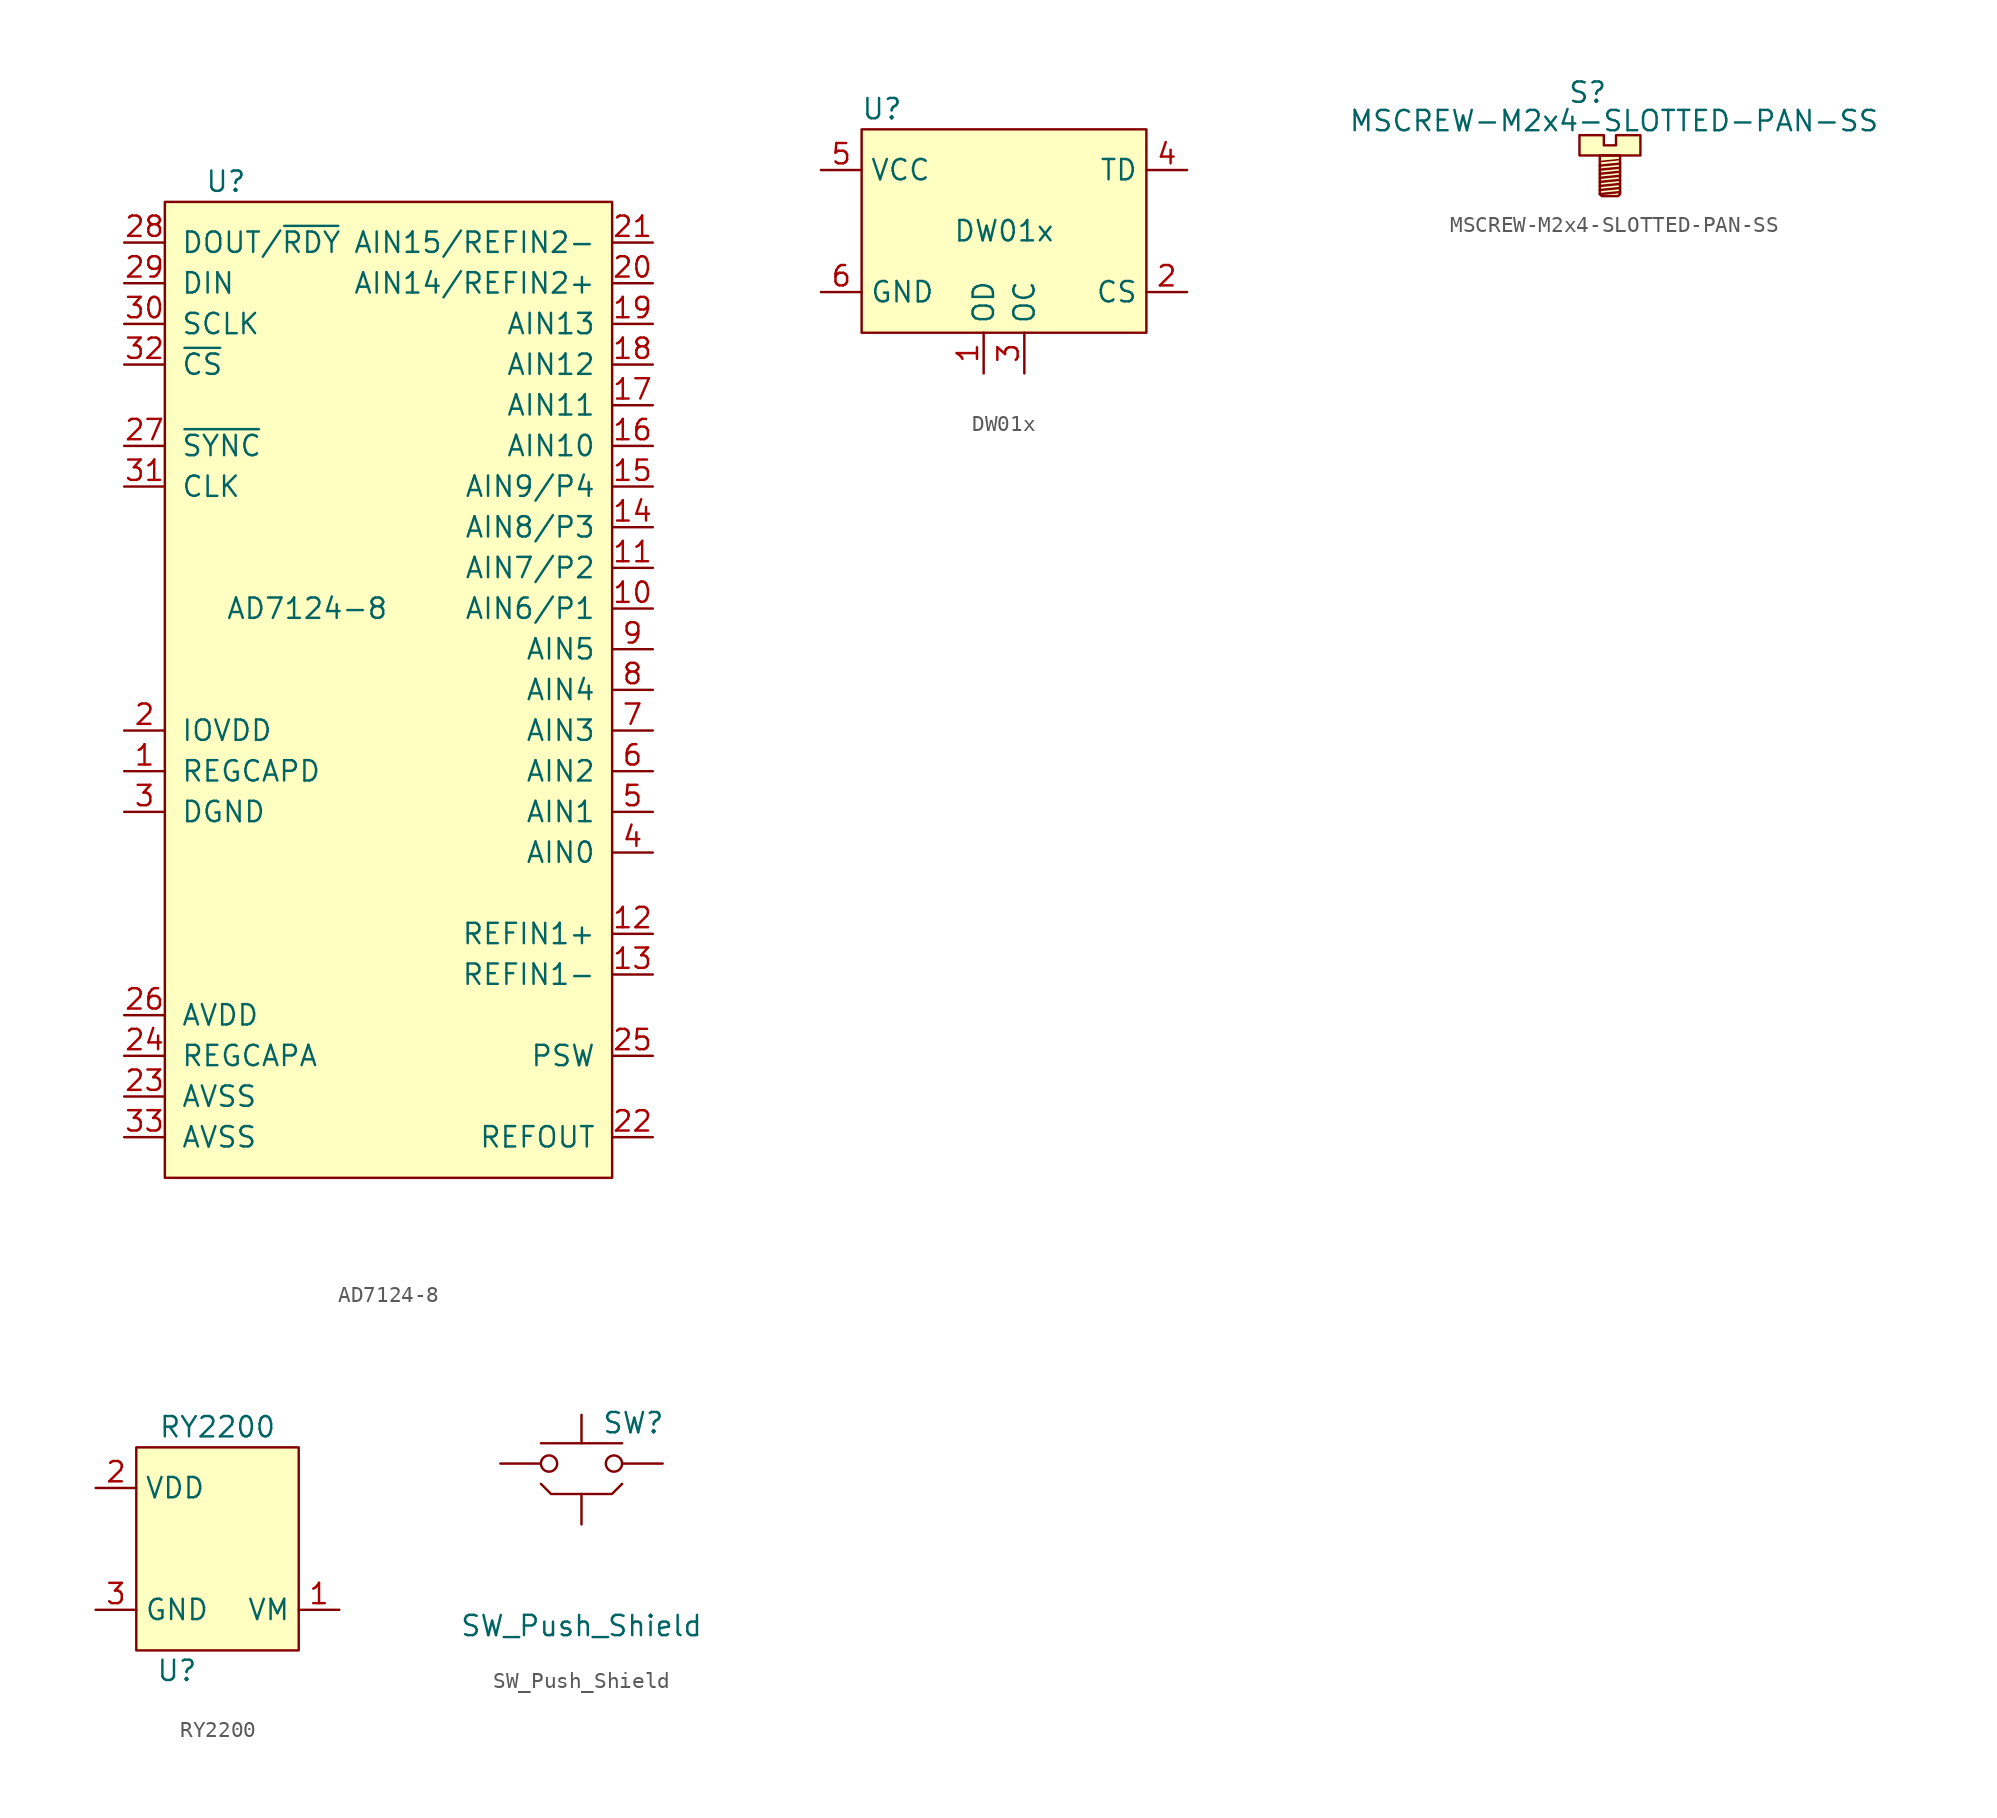
<source format=kicad_sym>
(kicad_symbol_lib
  (version 20211014)
  (generator kicad_symbol_editor)
  (symbol "AD7124-8"
    (pin_names
      (offset 1))
    (property "Reference" "U"
      (at 1.27 1.27 0)
      (effects (font (size 1.27 1.27))))
    (property "Value" "AD7124-8"
      (at 6.35 -25.4 0)
      (effects (font (size 1.27 1.27))))
    (symbol "AD7124-8_0_0"
      (pin bidirectional line (at 27.94 -25.4 180) (length 2.54) (name "AIN6/P1" (effects (font (size 1.27 1.27)))) (number "10" (effects (font (size 1.27 1.27)))))
      (pin bidirectional line (at 27.94 -22.86 180) (length 2.54) (name "AIN7/P2" (effects (font (size 1.27 1.27)))) (number "11" (effects (font (size 1.27 1.27)))))
      (pin input line (at 27.94 -45.72 180) (length 2.54) (name "REFIN1+" (effects (font (size 1.27 1.27)))) (number "12" (effects (font (size 1.27 1.27)))))
      (pin input line (at 27.94 -48.26 180) (length 2.54) (name "REFIN1-" (effects (font (size 1.27 1.27)))) (number "13" (effects (font (size 1.27 1.27)))))
      (pin bidirectional line (at 27.94 -20.32 180) (length 2.54) (name "AIN8/P3" (effects (font (size 1.27 1.27)))) (number "14" (effects (font (size 1.27 1.27)))))
      (pin bidirectional line (at 27.94 -17.78 180) (length 2.54) (name "AIN9/P4" (effects (font (size 1.27 1.27)))) (number "15" (effects (font (size 1.27 1.27)))))
      (pin bidirectional line (at 27.94 -15.24 180) (length 2.54) (name "AIN10" (effects (font (size 1.27 1.27)))) (number "16" (effects (font (size 1.27 1.27)))))
      (pin bidirectional line (at 27.94 -12.7 180) (length 2.54) (name "AIN11" (effects (font (size 1.27 1.27)))) (number "17" (effects (font (size 1.27 1.27)))))
      (pin bidirectional line (at 27.94 -10.16 180) (length 2.54) (name "AIN12" (effects (font (size 1.27 1.27)))) (number "18" (effects (font (size 1.27 1.27)))))
      (pin bidirectional line (at 27.94 -7.62 180) (length 2.54) (name "AIN13" (effects (font (size 1.27 1.27)))) (number "19" (effects (font (size 1.27 1.27)))))
      (pin power_in line (at -5.08 -33.02 0) (length 2.54) (name "IOVDD" (effects (font (size 1.27 1.27)))) (number "2" (effects (font (size 1.27 1.27)))))
      (pin bidirectional line (at 27.94 -5.08 180) (length 2.54) (name "AIN14/REFIN2+" (effects (font (size 1.27 1.27)))) (number "20" (effects (font (size 1.27 1.27)))))
      (pin bidirectional line (at 27.94 -2.54 180) (length 2.54) (name "AIN15/REFIN2-" (effects (font (size 1.27 1.27)))) (number "21" (effects (font (size 1.27 1.27)))))
      (pin output line (at 27.94 -58.42 180) (length 2.54) (name "REFOUT" (effects (font (size 1.27 1.27)))) (number "22" (effects (font (size 1.27 1.27)))))
      (pin power_in line (at -5.08 -55.88 0) (length 2.54) (name "AVSS" (effects (font (size 1.27 1.27)))) (number "23" (effects (font (size 1.27 1.27)))))
      (pin passive line (at -5.08 -53.34 0) (length 2.54) (name "REGCAPA" (effects (font (size 1.27 1.27)))) (number "24" (effects (font (size 1.27 1.27)))))
      (pin open_collector line (at 27.94 -53.34 180) (length 2.54) (name "PSW" (effects (font (size 1.27 1.27)))) (number "25" (effects (font (size 1.27 1.27)))))
      (pin power_in line (at -5.08 -50.8 0) (length 2.54) (name "AVDD" (effects (font (size 1.27 1.27)))) (number "26" (effects (font (size 1.27 1.27)))))
      (pin input line (at -5.08 -15.24 0) (length 2.54) (name "~{SYNC}" (effects (font (size 1.27 1.27)))) (number "27" (effects (font (size 1.27 1.27)))))
      (pin output line (at -5.08 -2.54 0) (length 2.54) (name "DOUT/~{RDY}" (effects (font (size 1.27 1.27)))) (number "28" (effects (font (size 1.27 1.27)))))
      (pin input line (at -5.08 -5.08 0) (length 2.54) (name "DIN" (effects (font (size 1.27 1.27)))) (number "29" (effects (font (size 1.27 1.27)))))
      (pin power_in line (at -5.08 -38.1 0) (length 2.54) (name "DGND" (effects (font (size 1.27 1.27)))) (number "3" (effects (font (size 1.27 1.27)))))
      (pin input line (at -5.08 -7.62 0) (length 2.54) (name "SCLK" (effects (font (size 1.27 1.27)))) (number "30" (effects (font (size 1.27 1.27)))))
      (pin bidirectional line (at -5.08 -17.78 0) (length 2.54) (name "CLK" (effects (font (size 1.27 1.27)))) (number "31" (effects (font (size 1.27 1.27)))))
      (pin input line (at -5.08 -10.16 0) (length 2.54) (name "~{CS}" (effects (font (size 1.27 1.27)))) (number "32" (effects (font (size 1.27 1.27)))))
      (pin power_in line (at -5.08 -58.42 0) (length 2.54) (name "AVSS" (effects (font (size 1.27 1.27)))) (number "33" (effects (font (size 1.27 1.27)))))
      (pin bidirectional line (at 27.94 -40.64 180) (length 2.54) (name "AIN0" (effects (font (size 1.27 1.27)))) (number "4" (effects (font (size 1.27 1.27)))))
      (pin bidirectional line (at 27.94 -38.1 180) (length 2.54) (name "AIN1" (effects (font (size 1.27 1.27)))) (number "5" (effects (font (size 1.27 1.27)))))
      (pin bidirectional line (at 27.94 -35.56 180) (length 2.54) (name "AIN2" (effects (font (size 1.27 1.27)))) (number "6" (effects (font (size 1.27 1.27)))))
      (pin bidirectional line (at 27.94 -33.02 180) (length 2.54) (name "AIN3" (effects (font (size 1.27 1.27)))) (number "7" (effects (font (size 1.27 1.27)))))
      (pin bidirectional line (at 27.94 -30.48 180) (length 2.54) (name "AIN4" (effects (font (size 1.27 1.27)))) (number "8" (effects (font (size 1.27 1.27)))))
      (pin bidirectional line (at 27.94 -27.94 180) (length 2.54) (name "AIN5" (effects (font (size 1.27 1.27)))) (number "9" (effects (font (size 1.27 1.27))))))
    (symbol "AD7124-8_0_1"
      (rectangle (start -2.54 0) (end 25.4 -60.96) (stroke (width 0) (type default) (color 0 0 0 0)) (fill (type background))))
    (symbol "AD7124-8_1_1"
      (pin passive line (at -5.08 -35.56 0) (length 2.54) (name "REGCAPD" (effects (font (size 1.27 1.27)))) (number "1" (effects (font (size 1.27 1.27)))))))
  (symbol "DW01x"
    (property "Reference" "U"
      (at 1.27 1.27 0)
      (effects (font (size 1.27 1.27))))
    (property "Value" "DW01x"
      (at 8.89 -6.35 0)
      (effects (font (size 1.27 1.27))))
    (symbol "DW01x_0_0"
      (pin output line (at 7.62 -15.24 90) (length 2.54) (name "OD" (effects (font (size 1.27 1.27)))) (number "1" (effects (font (size 1.27 1.27)))))
      (pin input line (at 20.32 -10.16 180) (length 2.54) (name "CS" (effects (font (size 1.27 1.27)))) (number "2" (effects (font (size 1.27 1.27)))))
      (pin output line (at 10.16 -15.24 90) (length 2.54) (name "OC" (effects (font (size 1.27 1.27)))) (number "3" (effects (font (size 1.27 1.27)))))
      (pin input line (at 20.32 -2.54 180) (length 2.54) (name "TD" (effects (font (size 1.27 1.27)))) (number "4" (effects (font (size 1.27 1.27)))))
      (pin power_in line (at -2.54 -2.54 0) (length 2.54) (name "VCC" (effects (font (size 1.27 1.27)))) (number "5" (effects (font (size 1.27 1.27)))))
      (pin power_in line (at -2.54 -10.16 0) (length 2.54) (name "GND" (effects (font (size 1.27 1.27)))) (number "6" (effects (font (size 1.27 1.27))))))
    (symbol "DW01x_0_1"
      (rectangle (start 0 0) (end 17.78 -12.7) (stroke (width 0) (type default) (color 0 0 0 0)) (fill (type background)))))
  (symbol "MSCREW-M2x4-SLOTTED-PAN-SS"
    (property "Reference" "S"
      (at -1.397 3.937 0)
      (effects (font (size 1.27 1.27))))
    (property "Value" "MSCREW-M2x4-SLOTTED-PAN-SS"
      (at 0.254 2.159 0)
      (effects (font (size 1.27 1.27))))
    (symbol "MSCREW-M2x4-SLOTTED-PAN-SS_0_1"
      (polyline (pts (xy 0.635 -2.286) (xy -0.635 -2.413)) (stroke (width 0.152) (type default) (color 0 0 0 0)) (fill (type none)))
      (polyline (pts (xy 0.635 -2.032) (xy -0.635 -2.159)) (stroke (width 0.152) (type default) (color 0 0 0 0)) (fill (type none)))
      (polyline (pts (xy 0.635 -1.778) (xy -0.635 -1.905)) (stroke (width 0.152) (type default) (color 0 0 0 0)) (fill (type none)))
      (polyline (pts (xy 0.635 -1.524) (xy -0.635 -1.651)) (stroke (width 0.152) (type default) (color 0 0 0 0)) (fill (type none)))
      (polyline (pts (xy 0.635 -1.27) (xy -0.635 -1.397)) (stroke (width 0.152) (type default) (color 0 0 0 0)) (fill (type none)))
      (polyline (pts (xy 0.635 -1.016) (xy -0.635 -1.143)) (stroke (width 0.152) (type default) (color 0 0 0 0)) (fill (type none)))
      (polyline (pts (xy 0.635 -0.762) (xy -0.635 -0.889)) (stroke (width 0.152) (type default) (color 0 0 0 0)) (fill (type none)))
      (polyline (pts (xy 0.635 -0.508) (xy -0.635 -0.635)) (stroke (width 0.152) (type default) (color 0 0 0 0)) (fill (type none)))
      (polyline (pts (xy 0.635 -0.254) (xy -0.635 -0.381)) (stroke (width 0.1) (type default) (color 0 0 0 0)) (fill (type none)))
      (polyline (pts (xy 0.635 0) (xy 0.635 -2.413) (xy 0.508 -2.54) (xy -0.508 -2.54) (xy -0.635 -2.413) (xy -0.635 0) (xy 0.635 0)) (stroke (width 0.152) (type default) (color 0 0 0 0)) (fill (type background)))
      (polyline (pts (xy 1.27 0) (xy -1.905 0) (xy -1.905 1.27) (xy -0.381 1.27) (xy -0.381 0.635) (xy 0.381 0.635) (xy 0.381 1.27) (xy 1.905 1.27) (xy 1.905 0) (xy 1.27 0)) (stroke (width 0.152) (type default) (color 0 0 0 0)) (fill (type background)))))
  (symbol "RY2200"
    (property "Reference" "U"
      (at 2.54 -13.97 0)
      (effects (font (size 1.27 1.27))))
    (property "Value" "RY2200"
      (at 5.08 1.27 0)
      (effects (font (size 1.27 1.27))))
    (symbol "RY2200_0_0"
      (pin power_in line (at 12.7 -10.16 180) (length 2.54) (name "VM" (effects (font (size 1.27 1.27)))) (number "1" (effects (font (size 1.27 1.27)))))
      (pin input line (at -2.54 -2.54 0) (length 2.54) (name "VDD" (effects (font (size 1.27 1.27)))) (number "2" (effects (font (size 1.27 1.27)))))
      (pin power_in line (at -2.54 -10.16 0) (length 2.54) (name "GND" (effects (font (size 1.27 1.27)))) (number "3" (effects (font (size 1.27 1.27))))))
    (symbol "RY2200_0_1"
      (rectangle (start 0 0) (end 10.16 -12.7) (stroke (width 0.152) (type default) (color 0 0 0 0)) (fill (type background)))))
  (symbol "SW_Push_Shield"
    (pin_numbers hide)
    (pin_names
      (offset 1.016) hide)
    (property "Reference" "SW"
      (at 1.27 2.54 0)
      (effects (font (size 1.27 1.27)) (justify left)))
    (property "Value" "SW_Push_Shield"
      (at 0 -10.16 0)
      (effects (font (size 1.27 1.27))))
    (symbol "SW_Push_Shield_0_1"
      (circle (center -2.032 0) (radius 0.508) (stroke (width 0) (type default) (color 0 0 0 0)) (fill (type none)))
      (polyline (pts (xy 0 1.27) (xy 0 3.048)) (stroke (width 0) (type default) (color 0 0 0 0)) (fill (type none)))
      (polyline (pts (xy 2.54 1.27) (xy -2.54 1.27)) (stroke (width 0) (type default) (color 0 0 0 0)) (fill (type none)))
      (polyline (pts (xy -2.54 -1.27) (xy -1.905 -1.905) (xy 1.905 -1.905) (xy 2.54 -1.27)) (stroke (width 0.152) (type default) (color 0 0 0 0)) (fill (type none)))
      (circle (center 2.032 0) (radius 0.508) (stroke (width 0) (type default) (color 0 0 0 0)) (fill (type none)))
      (pin passive line (at -5.08 0 0) (length 2.54) (name "1" (effects (font (size 1.27 1.27)))) (number "1" (effects (font (size 1.27 1.27)))))
      (pin passive line (at 5.08 0 180) (length 2.54) (name "2" (effects (font (size 1.27 1.27)))) (number "2" (effects (font (size 1.27 1.27)))))
      (pin passive line (at 0 -3.81 90) (length 1.905) (name "3" (effects (font (size 1.27 1.27)))) (number "3" (effects (font (size 1.27 1.27))))))))
</source>
